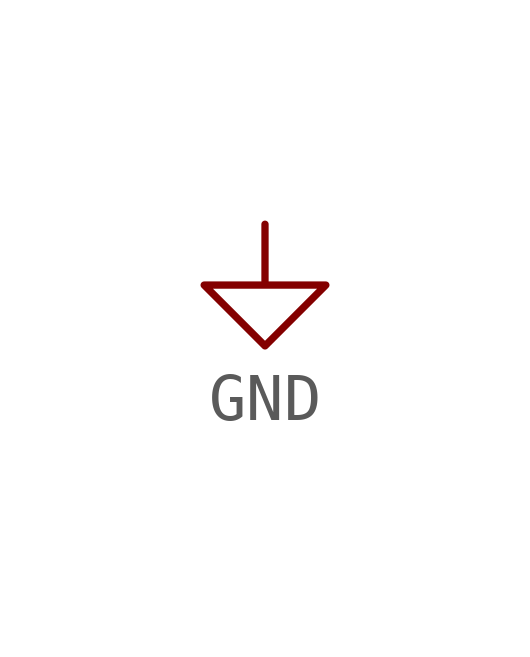
<source format=kicad_sym>
(kicad_symbol_lib
  (version 20211014)
  (generator kicad_symbol_editor)
  (symbol "GND"
    (power)
    (pin_names
      (offset 0))
    (property "Reference" "#PWR"
      (at 0 -6.35 0)
      (effects (font (size 1.27 1.27)) hide))
    (property "Footprint" ""
      (at 0 0 0)
      (effects (font (size 1.524 1.524))))
    (property "Datasheet" ""
      (at 0 0 0)
      (effects (font (size 1.524 1.524))))
    (symbol "GND_0_1"
      (polyline (pts (xy 0 0) (xy 0 -1.27) (xy 1.27 -1.27) (xy 0 -2.54) (xy -1.27 -1.27) (xy 0 -1.27)) (stroke (width 0) (type default) (color 0 0 0 0)) (fill (type none))))
    (symbol "GND_1_1"
      (pin power_in line (at 0 0 270) (length 0) hide (name "GND" (effects (font (size 1.27 1.27)))) (number "1" (effects (font (size 1.27 1.27))))))))
</source>
